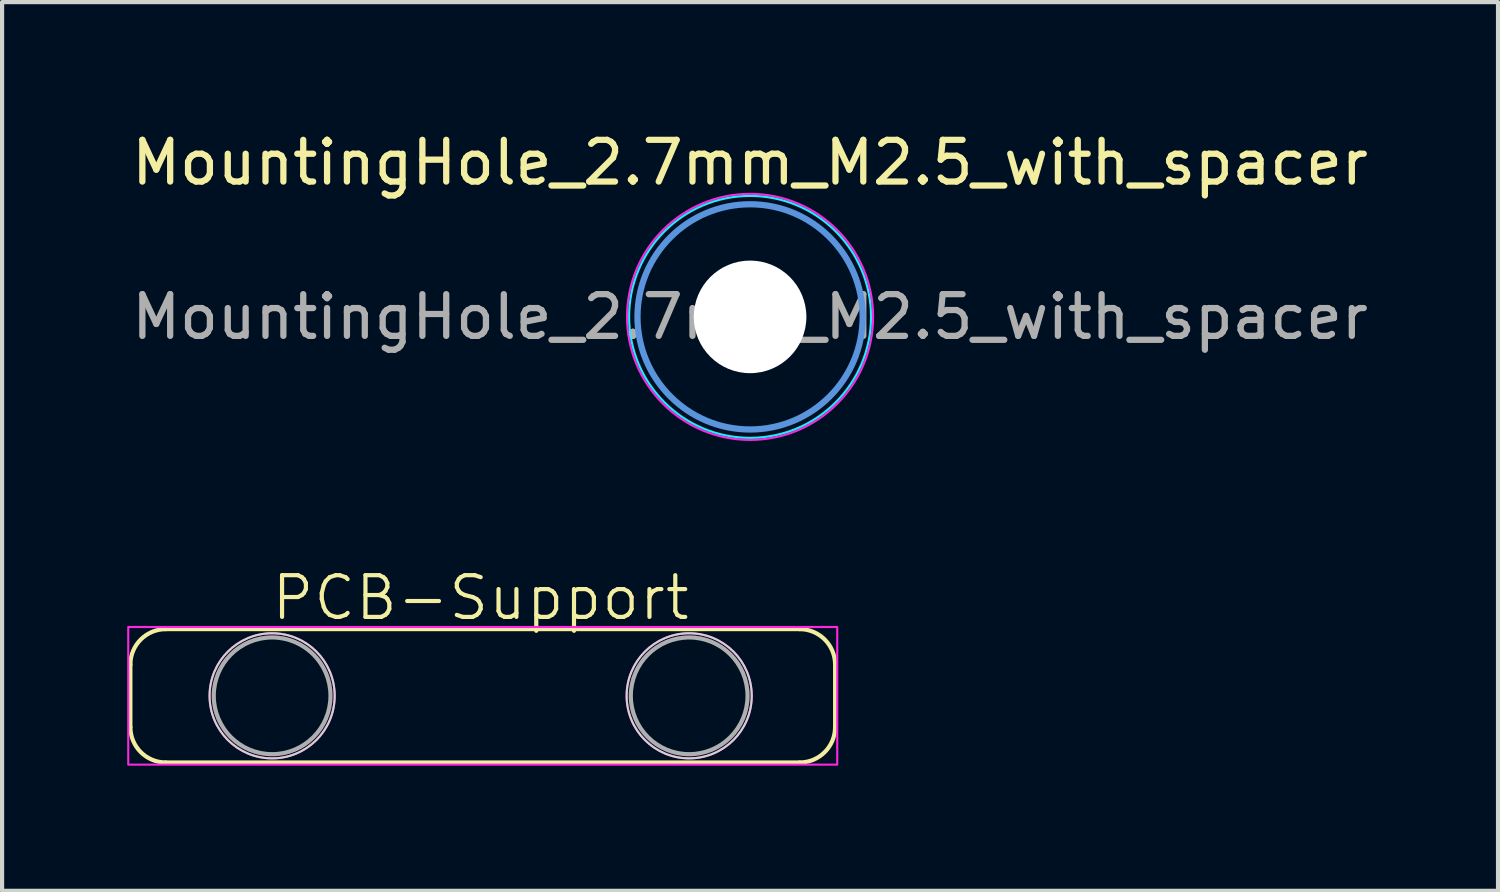
<source format=kicad_pcb>
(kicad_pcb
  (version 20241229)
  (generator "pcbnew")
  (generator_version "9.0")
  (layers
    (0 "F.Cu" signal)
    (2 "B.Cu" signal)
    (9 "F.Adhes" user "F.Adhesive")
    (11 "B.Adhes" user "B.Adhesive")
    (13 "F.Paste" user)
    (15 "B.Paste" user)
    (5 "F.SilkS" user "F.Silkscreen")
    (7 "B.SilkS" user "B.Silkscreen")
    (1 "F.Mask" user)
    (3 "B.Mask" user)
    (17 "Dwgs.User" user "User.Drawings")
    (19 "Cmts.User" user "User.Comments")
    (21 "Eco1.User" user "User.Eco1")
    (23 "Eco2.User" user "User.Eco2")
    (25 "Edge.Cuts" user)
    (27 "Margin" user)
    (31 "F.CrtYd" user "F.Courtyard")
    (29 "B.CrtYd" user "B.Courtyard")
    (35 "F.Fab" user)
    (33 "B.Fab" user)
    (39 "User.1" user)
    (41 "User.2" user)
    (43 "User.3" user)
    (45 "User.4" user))
  (footprint "PCB-Support"
    (layer "F.Cu")
    (at 8.475 13.634)
    (property "Reference" "PCB-Support" (at 0 -2.35 0) (unlocked yes) (layer "F.SilkS") (effects (font (size 1 1) (thickness 0.1))))
    (attr through_hole board_only)
    (fp_line (start -8.399 0.75) (end -8.399 -0.75) (stroke (width 0.1) (type default)) (layer "F.SilkS"))
    (fp_line (start -7.55 1.599) (end 7.65 1.599) (stroke (width 0.1) (type default)) (layer "F.SilkS"))
    (fp_line (start 7.65 -1.599) (end -7.55 -1.599) (stroke (width 0.1) (type default)) (layer "F.SilkS"))
    (fp_line (start 8.499 0.75) (end 8.499 -0.75) (stroke (width 0.1) (type default)) (layer "F.SilkS"))
    (fp_arc (start -8.398528 -0.750001) (mid -8.15 -1.35) (end -7.550001 -1.598528) (stroke (width 0.1) (type default)) (layer "F.SilkS"))
    (fp_arc (start -7.550001 1.598528) (mid -8.15 1.35) (end -8.398528 0.750001) (stroke (width 0.1) (type default)) (layer "F.SilkS"))
    (fp_arc (start 7.65 -1.598528) (mid 8.25 -1.35) (end 8.498528 -0.75) (stroke (width 0.1) (type default)) (layer "F.SilkS"))
    (fp_arc (start 8.498528 0.75) (mid 8.25 1.35) (end 7.65 1.598528) (stroke (width 0.1) (type default)) (layer "F.SilkS"))
    (fp_circle (center -5 0) (end -5 -1.5) (stroke (width 0.05) (type default)) (fill no) (layer "Edge.Cuts"))
    (fp_circle (center 5 0) (end 5 -1.5) (stroke (width 0.05) (type default)) (fill no) (layer "Edge.Cuts"))
    (fp_rect (start -8.45 -1.65) (end 8.55 1.65) (stroke (width 0.05) (type default)) (fill no) (layer "F.CrtYd"))
    (fp_circle (center -5 0) (end -5 -1.5) (stroke (width 0.05) (type default)) (fill no) (layer "F.CrtYd"))
    (fp_circle (center 5 0) (end 5 -1.5) (stroke (width 0.05) (type default)) (fill no) (layer "F.CrtYd"))
    (fp_circle (center -5 0) (end -5 -1.4) (stroke (width 0.1) (type default)) (fill no) (layer "F.Fab"))
    (fp_circle (center 5 0) (end 5 -1.4) (stroke (width 0.1) (type default)) (fill no) (layer "F.Fab")))
  (footprint "MountingHole_2.7mm_M2.5_with_spacer"
    (layer "F.Cu")
    (at 14.935 4.548)
    (property "Reference" "MountingHole_2.7mm_M2.5_with_spacer" (at 0 -3.7 0) (layer "F.SilkS") (effects (font (size 1 1) (thickness 0.15))))
    (attr exclude_from_pos_files exclude_from_bom)
    (fp_circle (center 0 0) (end 2.7 0) (stroke (width 0.15) (type solid)) (fill no) (layer "Cmts.User"))
    (fp_circle (center 0 0) (end 2.9 0) (stroke (width 0.05) (type default)) (fill no) (layer "B.CrtYd"))
    (fp_circle (center 0 0) (end 2.95 0) (stroke (width 0.05) (type solid)) (fill no) (layer "F.CrtYd"))
    (fp_text user "${REFERENCE}" (at 0 0 0) (layer "F.Fab") (effects (font (size 1 1) (thickness 0.15))))
    (pad "" np_thru_hole circle (at 0 0) (size 2.7 2.7) (drill 2.7) (layers "*.Cu" "*.Mask")))
  (gr_rect
    (start -3 -3)
    (end 32.869 18.309)
    (stroke (width 0.1) (type default))
    (fill no)
    (layer "Edge.Cuts")))
</source>
